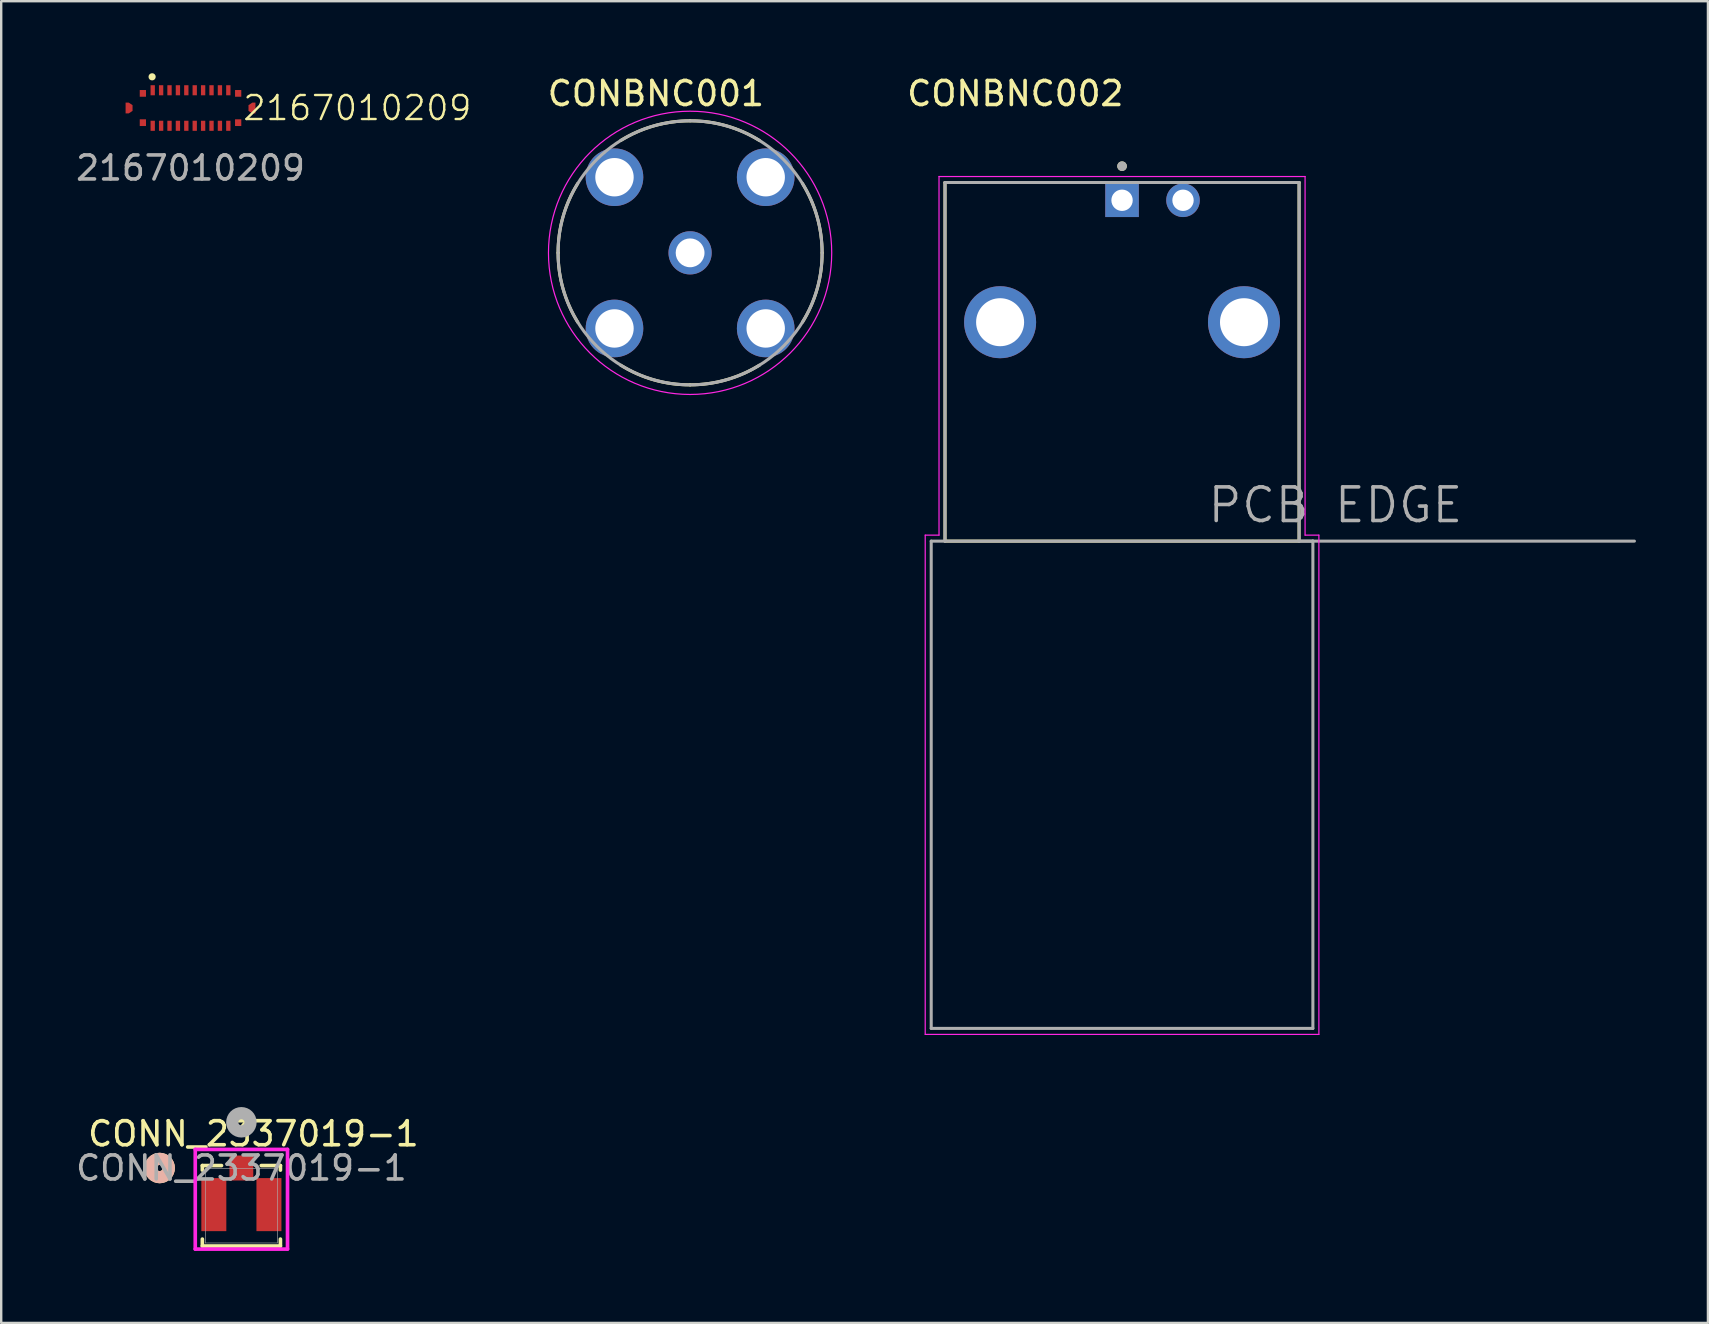
<source format=kicad_pcb>
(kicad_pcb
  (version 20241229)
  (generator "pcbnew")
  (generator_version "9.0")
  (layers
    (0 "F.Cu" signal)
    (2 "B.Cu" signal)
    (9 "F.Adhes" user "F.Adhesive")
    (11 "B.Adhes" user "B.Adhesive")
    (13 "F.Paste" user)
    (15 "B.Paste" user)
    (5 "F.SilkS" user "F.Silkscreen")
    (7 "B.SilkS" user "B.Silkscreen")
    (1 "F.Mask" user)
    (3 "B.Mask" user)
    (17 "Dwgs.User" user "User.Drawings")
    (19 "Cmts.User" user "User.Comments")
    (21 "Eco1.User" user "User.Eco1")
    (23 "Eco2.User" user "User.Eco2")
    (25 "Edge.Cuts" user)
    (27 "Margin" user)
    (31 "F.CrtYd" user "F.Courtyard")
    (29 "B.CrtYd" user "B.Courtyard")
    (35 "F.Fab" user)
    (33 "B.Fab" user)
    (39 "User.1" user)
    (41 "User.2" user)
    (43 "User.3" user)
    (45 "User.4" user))
  (footprint "CONBNC002"
    (layer "F.Cu")
    (at 43.694 10.373)
    (property "Reference" "CONBNC002" (at -4.445 -9.525 0) (layer "F.SilkS") (effects (font (size 1 1) (thickness 0.15))))
    (attr through_hole)
    (fp_line (start -7.375 -5.82) (end -1.1 -5.82) (stroke (width 0.127) (type solid)) (layer "F.SilkS"))
    (fp_line (start -7.375 9.12) (end -7.375 -5.82) (stroke (width 0.127) (type solid)) (layer "F.SilkS"))
    (fp_line (start 3.56 -5.82) (end 7.375 -5.82) (stroke (width 0.127) (type solid)) (layer "F.SilkS"))
    (fp_line (start 7.375 -5.82) (end 7.375 9.12) (stroke (width 0.127) (type solid)) (layer "F.SilkS"))
    (fp_line (start 7.375 9.12) (end -7.375 9.12) (stroke (width 0.127) (type solid)) (layer "F.SilkS"))
    (fp_circle (center 0 -6.5) (end 0.1 -6.5) (stroke (width 0.2) (type solid)) (fill no) (layer "F.SilkS"))
    (fp_line (start -8.2 8.87) (end -7.625 8.87) (stroke (width 0.05) (type solid)) (layer "F.CrtYd"))
    (fp_line (start -8.2 29.67) (end -8.2 8.87) (stroke (width 0.05) (type solid)) (layer "F.CrtYd"))
    (fp_line (start -7.625 -6.07) (end 7.625 -6.07) (stroke (width 0.05) (type solid)) (layer "F.CrtYd"))
    (fp_line (start -7.625 8.87) (end -7.625 -6.07) (stroke (width 0.05) (type solid)) (layer "F.CrtYd"))
    (fp_line (start 7.625 -6.07) (end 7.625 8.87) (stroke (width 0.05) (type solid)) (layer "F.CrtYd"))
    (fp_line (start 7.625 8.87) (end 8.2 8.87) (stroke (width 0.05) (type solid)) (layer "F.CrtYd"))
    (fp_line (start 8.2 8.87) (end 8.2 29.67) (stroke (width 0.05) (type solid)) (layer "F.CrtYd"))
    (fp_line (start 8.2 29.67) (end -8.2 29.67) (stroke (width 0.05) (type solid)) (layer "F.CrtYd"))
    (fp_line (start -7.95 9.12) (end -7.95 29.42) (stroke (width 0.127) (type solid)) (layer "F.Fab"))
    (fp_line (start -7.95 9.12) (end -7.375 9.12) (stroke (width 0.127) (type solid)) (layer "F.Fab"))
    (fp_line (start -7.95 29.42) (end 7.95 29.42) (stroke (width 0.127) (type solid)) (layer "F.Fab"))
    (fp_line (start -7.375 -5.82) (end 7.375 -5.82) (stroke (width 0.127) (type solid)) (layer "F.Fab"))
    (fp_line (start -7.375 9.12) (end -7.375 -5.82) (stroke (width 0.127) (type solid)) (layer "F.Fab"))
    (fp_line (start 7.375 -5.82) (end 7.375 9.12) (stroke (width 0.127) (type solid)) (layer "F.Fab"))
    (fp_line (start 7.375 9.12) (end -7.375 9.12) (stroke (width 0.127) (type solid)) (layer "F.Fab"))
    (fp_line (start 7.375 9.12) (end 7.95 9.12) (stroke (width 0.127) (type solid)) (layer "F.Fab"))
    (fp_line (start 7.95 9.12) (end 7.375 9.12) (stroke (width 0.127) (type solid)) (layer "F.Fab"))
    (fp_line (start 7.95 29.42) (end 7.95 9.12) (stroke (width 0.127) (type solid)) (layer "F.Fab"))
    (fp_line (start 21.345 9.12) (end 7.95 9.12) (stroke (width 0.127) (type solid)) (layer "F.Fab"))
    (fp_circle (center 0 -6.5) (end 0.1 -6.5) (stroke (width 0.2) (type solid)) (fill no) (layer "F.Fab"))
    (fp_text user "PCB EDGE" (at 8.89 7.62 0) (layer "F.Fab") (effects (font (size 1.4 1.4) (thickness 0.15))))
    (pad "" thru_hole circle (at -5.08 0) (size 3 3) (drill 2) (layers "*.Cu" "*.Mask"))
    (pad "" thru_hole circle (at 5.08 0) (size 3 3) (drill 2) (layers "*.Cu" "*.Mask"))
    (pad "1" thru_hole rect (at 0 -5.08) (size 1.398 1.398) (drill 0.89) (layers "*.Cu" "*.Mask"))
    (pad "2" thru_hole circle (at 2.54 -5.08) (size 1.398 1.398) (drill 0.89) (layers "*.Cu" "*.Mask")))
  (footprint "CONN_2337019-1"
    (layer "F.Cu")
    (at 7.006 47.183)
    (property "Reference" "CONN_2337019-1" (at 0.5 -3 0) (unlocked yes) (layer "F.SilkS") (effects (font (size 1 1) (thickness 0.15))))
    (attr smd)
    (fp_line (start -1.626 -1.676) (end -1.626 -1.487) (stroke (width 0.152) (type solid)) (layer "F.SilkS"))
    (fp_line (start -1.626 1.388) (end -1.626 1.676) (stroke (width 0.152) (type solid)) (layer "F.SilkS"))
    (fp_line (start -1.626 1.676) (end 1.626 1.676) (stroke (width 0.152) (type solid)) (layer "F.SilkS"))
    (fp_line (start -0.828 -1.676) (end -1.626 -1.676) (stroke (width 0.152) (type solid)) (layer "F.SilkS"))
    (fp_line (start 1.626 -1.676) (end 0.828 -1.676) (stroke (width 0.152) (type solid)) (layer "F.SilkS"))
    (fp_line (start 1.626 -1.487) (end 1.626 -1.676) (stroke (width 0.152) (type solid)) (layer "F.SilkS"))
    (fp_line (start 1.626 1.676) (end 1.626 1.388) (stroke (width 0.152) (type solid)) (layer "F.SilkS"))
    (fp_circle (center -3.404 -1.574) (end -3.023 -1.574) (stroke (width 0.508) (type solid)) (fill no) (layer "F.SilkS"))
    (fp_circle (center -3.404 -1.574) (end -3.023 -1.574) (stroke (width 0.508) (type solid)) (fill no) (layer "B.SilkS"))
    (fp_line (start -1.922 -2.349) (end -1.922 1.803) (stroke (width 0.152) (type solid)) (layer "F.CrtYd"))
    (fp_line (start -1.922 1.803) (end 1.922 1.803) (stroke (width 0.152) (type solid)) (layer "F.CrtYd"))
    (fp_line (start 1.922 -2.349) (end -1.922 -2.349) (stroke (width 0.152) (type solid)) (layer "F.CrtYd"))
    (fp_line (start 1.922 1.803) (end 1.922 -2.349) (stroke (width 0.152) (type solid)) (layer "F.CrtYd"))
    (fp_line (start -1.499 -1.549) (end -1.499 1.549) (stroke (width 0.025) (type solid)) (layer "F.Fab"))
    (fp_line (start -1.499 1.549) (end 1.499 1.549) (stroke (width 0.025) (type solid)) (layer "F.Fab"))
    (fp_line (start 1.499 -1.549) (end -1.499 -1.549) (stroke (width 0.025) (type solid)) (layer "F.Fab"))
    (fp_line (start 1.499 1.549) (end 1.499 -1.549) (stroke (width 0.025) (type solid)) (layer "F.Fab"))
    (fp_circle (center 0 -3.479) (end 0.381 -3.479) (stroke (width 0.508) (type solid)) (fill no) (layer "F.Fab"))
    (fp_text user "${REFERENCE}" (at 0 -1.574 0) (unlocked yes) (layer "F.Fab") (effects (font (size 1 1) (thickness 0.15))))
    (pad "1" smd rect (at 0 -1.574) (size 0.991 1.041) (layers "F.Cu" "F.Mask" "F.Paste"))
    (pad "2" smd rect (at -1.148 -0.049) (size 1.041 2.21) (layers "F.Cu" "F.Mask" "F.Paste"))
    (pad "2" smd rect (at 1.148 -0.049) (size 1.041 2.21) (layers "F.Cu" "F.Mask" "F.Paste")))
  (footprint "2167010209"
    (layer "F.Cu")
    (at 4.887 1.45)
    (property "Reference" "2167010209" (at 6.95 0 0) (unlocked yes) (layer "F.SilkS") (effects (font (size 1 1) (thickness 0.1))))
    (attr smd)
    (fp_circle (center -1.6 -1.3) (end -1.5 -1.3) (stroke (width 0.1) (type solid)) (fill yes) (layer "F.SilkS"))
    (fp_text user "${REFERENCE}" (at 0 2.5 0) (unlocked yes) (layer "F.Fab") (effects (font (size 1 1) (thickness 0.15))))
    (pad "1" smd rect (at -1.575 -0.74) (size 0.18 0.42) (layers "F.Cu" "F.Mask" "F.Paste"))
    (pad "2" smd rect (at -1.225 -0.74) (size 0.18 0.42) (layers "F.Cu" "F.Mask" "F.Paste"))
    (pad "3" smd rect (at -0.875 -0.74) (size 0.18 0.42) (layers "F.Cu" "F.Mask" "F.Paste"))
    (pad "4" smd rect (at -0.525 -0.74) (size 0.18 0.42) (layers "F.Cu" "F.Mask" "F.Paste"))
    (pad "5" smd rect (at -0.175 -0.74) (size 0.18 0.42) (layers "F.Cu" "F.Mask" "F.Paste"))
    (pad "6" smd rect (at 0.175 -0.74) (size 0.18 0.42) (layers "F.Cu" "F.Mask" "F.Paste"))
    (pad "7" smd rect (at 0.525 -0.74) (size 0.18 0.42) (layers "F.Cu" "F.Mask" "F.Paste"))
    (pad "8" smd rect (at 0.875 -0.74) (size 0.18 0.42) (layers "F.Cu" "F.Mask" "F.Paste"))
    (pad "9" smd rect (at 1.225 -0.74) (size 0.18 0.42) (layers "F.Cu" "F.Mask" "F.Paste"))
    (pad "10" smd rect (at 1.575 -0.74) (size 0.18 0.42) (layers "F.Cu" "F.Mask" "F.Paste"))
    (pad "11" smd rect (at 1.575 0.74) (size 0.18 0.42) (layers "F.Cu" "F.Mask" "F.Paste"))
    (pad "12" smd rect (at 1.225 0.74) (size 0.18 0.42) (layers "F.Cu" "F.Mask" "F.Paste"))
    (pad "13" smd rect (at 0.875 0.74) (size 0.18 0.42) (layers "F.Cu" "F.Mask" "F.Paste"))
    (pad "14" smd rect (at 0.525 0.74) (size 0.18 0.42) (layers "F.Cu" "F.Mask" "F.Paste"))
    (pad "15" smd rect (at 0.175 0.74) (size 0.18 0.42) (layers "F.Cu" "F.Mask" "F.Paste"))
    (pad "16" smd rect (at -0.175 0.74) (size 0.18 0.42) (layers "F.Cu" "F.Mask" "F.Paste"))
    (pad "17" smd rect (at -0.525 0.74) (size 0.18 0.42) (layers "F.Cu" "F.Mask" "F.Paste"))
    (pad "18" smd rect (at -0.875 0.74) (size 0.18 0.42) (layers "F.Cu" "F.Mask" "F.Paste"))
    (pad "19" smd rect (at -1.225 0.74) (size 0.18 0.42) (layers "F.Cu" "F.Mask" "F.Paste"))
    (pad "20" smd rect (at -1.575 0.74) (size 0.18 0.42) (layers "F.Cu" "F.Mask" "F.Paste"))
    (pad "21" smd rect (at 1.985 -0.61 180) (size 0.26 0.28) (layers "F.Cu" "F.Mask" "F.Paste"))
    (pad "21" smd rect (at 1.985 0.61 180) (size 0.26 0.28) (layers "F.Cu" "F.Mask" "F.Paste"))
    (pad "21" smd custom (at 2.705 0 180) (size 0.001 0.001) (layers "F.Cu" "F.Mask" "F.Paste") (options (anchor rect)) (primitives (gr_poly (pts (xy 0 -0.225) (xy 0 0.225) (xy 0.13 0.225) (xy 0.29 0.12) (xy 0.29 -0.12) (xy 0.13 -0.225)) (width 0) (fill yes))))
    (pad "22" smd custom (at -2.705 0) (size 0.001 0.001) (layers "F.Cu" "F.Mask" "F.Paste") (options (anchor rect)) (primitives (gr_poly (pts (xy 0 -0.225) (xy 0 0.225) (xy 0.13 0.225) (xy 0.29 0.12) (xy 0.29 -0.12) (xy 0.13 -0.225)) (width 0) (fill yes))))
    (pad "22" smd rect (at -1.985 -0.61) (size 0.26 0.28) (layers "F.Cu" "F.Mask" "F.Paste"))
    (pad "22" smd rect (at -1.985 0.61) (size 0.26 0.28) (layers "F.Cu" "F.Mask" "F.Paste")))
  (footprint "CONBNC001"
    (layer "F.Cu")
    (at 25.699 7.483)
    (property "Reference" "CONBNC001" (at -1.425 -6.635 0) (layer "F.SilkS") (effects (font (size 1 1) (thickness 0.15))))
    (attr through_hole)
    (fp_arc (start -5.5 0) (mid -5.295033 -1.503176) (end -4.68 -2.89) (stroke (width 0.127) (type solid)) (layer "F.SilkS"))
    (fp_arc (start -4.68 2.89) (mid -5.291129 1.502068) (end -5.5 0) (stroke (width 0.127) (type solid)) (layer "F.SilkS"))
    (fp_arc (start -2.89 -4.68) (mid -1.502068 -5.291129) (end 0 -5.5) (stroke (width 0.127) (type solid)) (layer "F.SilkS"))
    (fp_arc (start 0 -5.5) (mid 1.503176 -5.295033) (end 2.89 -4.68) (stroke (width 0.127) (type solid)) (layer "F.SilkS"))
    (fp_arc (start 0 5.5) (mid -1.503176 5.295033) (end -2.89 4.68) (stroke (width 0.127) (type solid)) (layer "F.SilkS"))
    (fp_arc (start 2.89 4.68) (mid 1.502068 5.291129) (end 0 5.5) (stroke (width 0.127) (type solid)) (layer "F.SilkS"))
    (fp_arc (start 4.68 -2.89) (mid 5.291129 -1.502068) (end 5.5 0) (stroke (width 0.127) (type solid)) (layer "F.SilkS"))
    (fp_arc (start 5.5 0) (mid 5.295033 1.503176) (end 4.68 2.89) (stroke (width 0.127) (type solid)) (layer "F.SilkS"))
    (fp_circle (center 0 0) (end 5.9 0) (stroke (width 0.05) (type solid)) (fill no) (layer "F.CrtYd"))
    (fp_circle (center 0 0) (end 5.5 0) (stroke (width 0.127) (type solid)) (fill no) (layer "F.Fab"))
    (pad "1" thru_hole circle (at 0 0) (size 1.8 1.8) (drill 1.2) (layers "*.Cu" "*.Mask"))
    (pad "2" thru_hole circle (at -3.15 -3.15) (size 2.4 2.4) (drill 1.6) (layers "*.Cu" "*.Mask"))
    (pad "2" thru_hole circle (at -3.15 3.15) (size 2.4 2.4) (drill 1.6) (layers "*.Cu" "*.Mask"))
    (pad "2" thru_hole circle (at 3.15 -3.15) (size 2.4 2.4) (drill 1.6) (layers "*.Cu" "*.Mask"))
    (pad "2" thru_hole circle (at 3.15 3.15) (size 2.4 2.4) (drill 1.6) (layers "*.Cu" "*.Mask")))
  (gr_rect
    (start -3 -3)
    (end 68.102 52.062)
    (stroke (width 0.1) (type default))
    (fill no)
    (layer "Edge.Cuts")))
</source>
